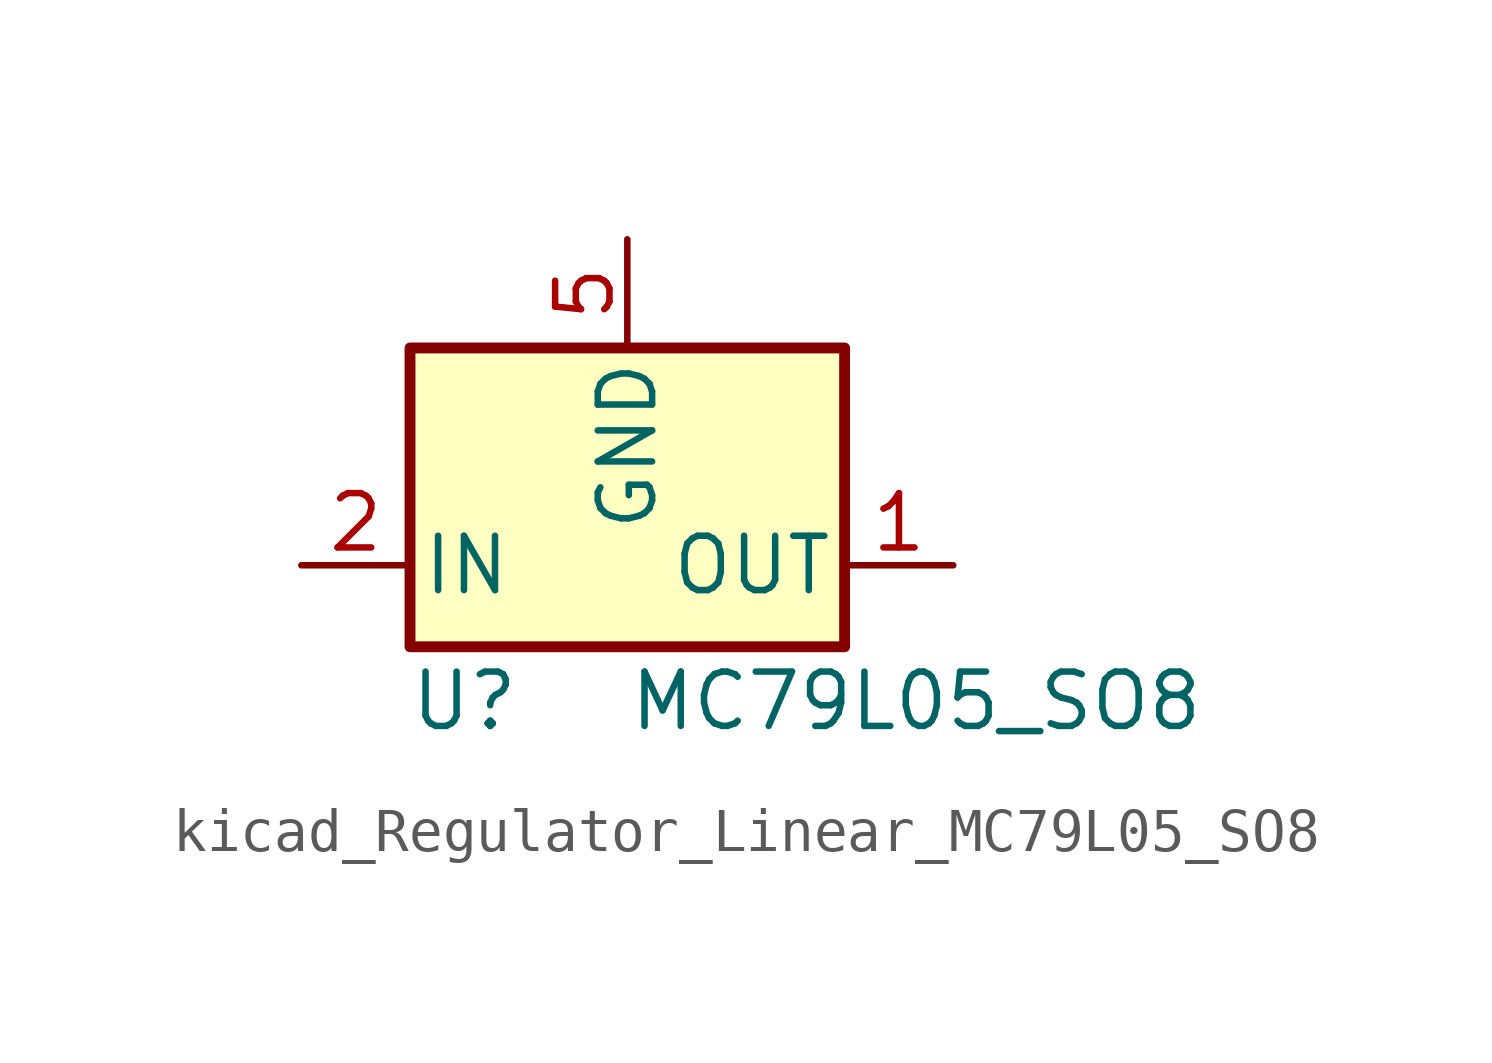
<source format=kicad_sym>
(kicad_symbol_lib
  (version 20220914)
  (generator kicad_symbol_editor)
  (symbol "kicad_Regulator_Linear_MC79L05_SO8"
    (pin_names
      (offset 0.254))
    (property "Reference" "U"
      (at -3.81 -3.175 0)
      (effects (font (size 1.27 1.27))))
    (property "Value" "MC79L05_SO8"
      (at 0 -3.175 0)
      (effects (font (size 1.27 1.27)) (justify left)))
    (symbol "kicad_Regulator_Linear_MC79L05_SO8_0_1"
      (rectangle (start -5.08 5.08) (end 5.08 -1.905) (stroke (width 0.254) (type default)) (fill (type background))))
    (symbol "kicad_Regulator_Linear_MC79L05_SO8_1_1"
      (pin power_out line (at 7.62 0 180) (length 2.54) (name "OUT" (effects (font (size 1.27 1.27)))) (number "1" (effects (font (size 1.27 1.27)))))
      (pin power_in line (at -7.62 0 0) (length 2.54) (name "IN" (effects (font (size 1.27 1.27)))) (number "2" (effects (font (size 1.27 1.27)))))
      (pin passive line (at -7.62 0 0) (length 2.54) hide (name "IN" (effects (font (size 1.27 1.27)))) (number "3" (effects (font (size 1.27 1.27)))))
      (pin no_connect line (at 5.08 2.54 180) (length 2.54) hide (name "NC" (effects (font (size 1.27 1.27)))) (number "4" (effects (font (size 1.27 1.27)))))
      (pin power_in line (at 0 7.62 270) (length 2.54) (name "GND" (effects (font (size 1.27 1.27)))) (number "5" (effects (font (size 1.27 1.27)))))
      (pin passive line (at -7.62 0 0) (length 2.54) hide (name "IN" (effects (font (size 1.27 1.27)))) (number "6" (effects (font (size 1.27 1.27)))))
      (pin passive line (at -7.62 0 0) (length 2.54) hide (name "IN" (effects (font (size 1.27 1.27)))) (number "7" (effects (font (size 1.27 1.27)))))
      (pin no_connect line (at -5.08 2.54 0) (length 2.54) hide (name "NC" (effects (font (size 1.27 1.27)))) (number "8" (effects (font (size 1.27 1.27))))))))
</source>
